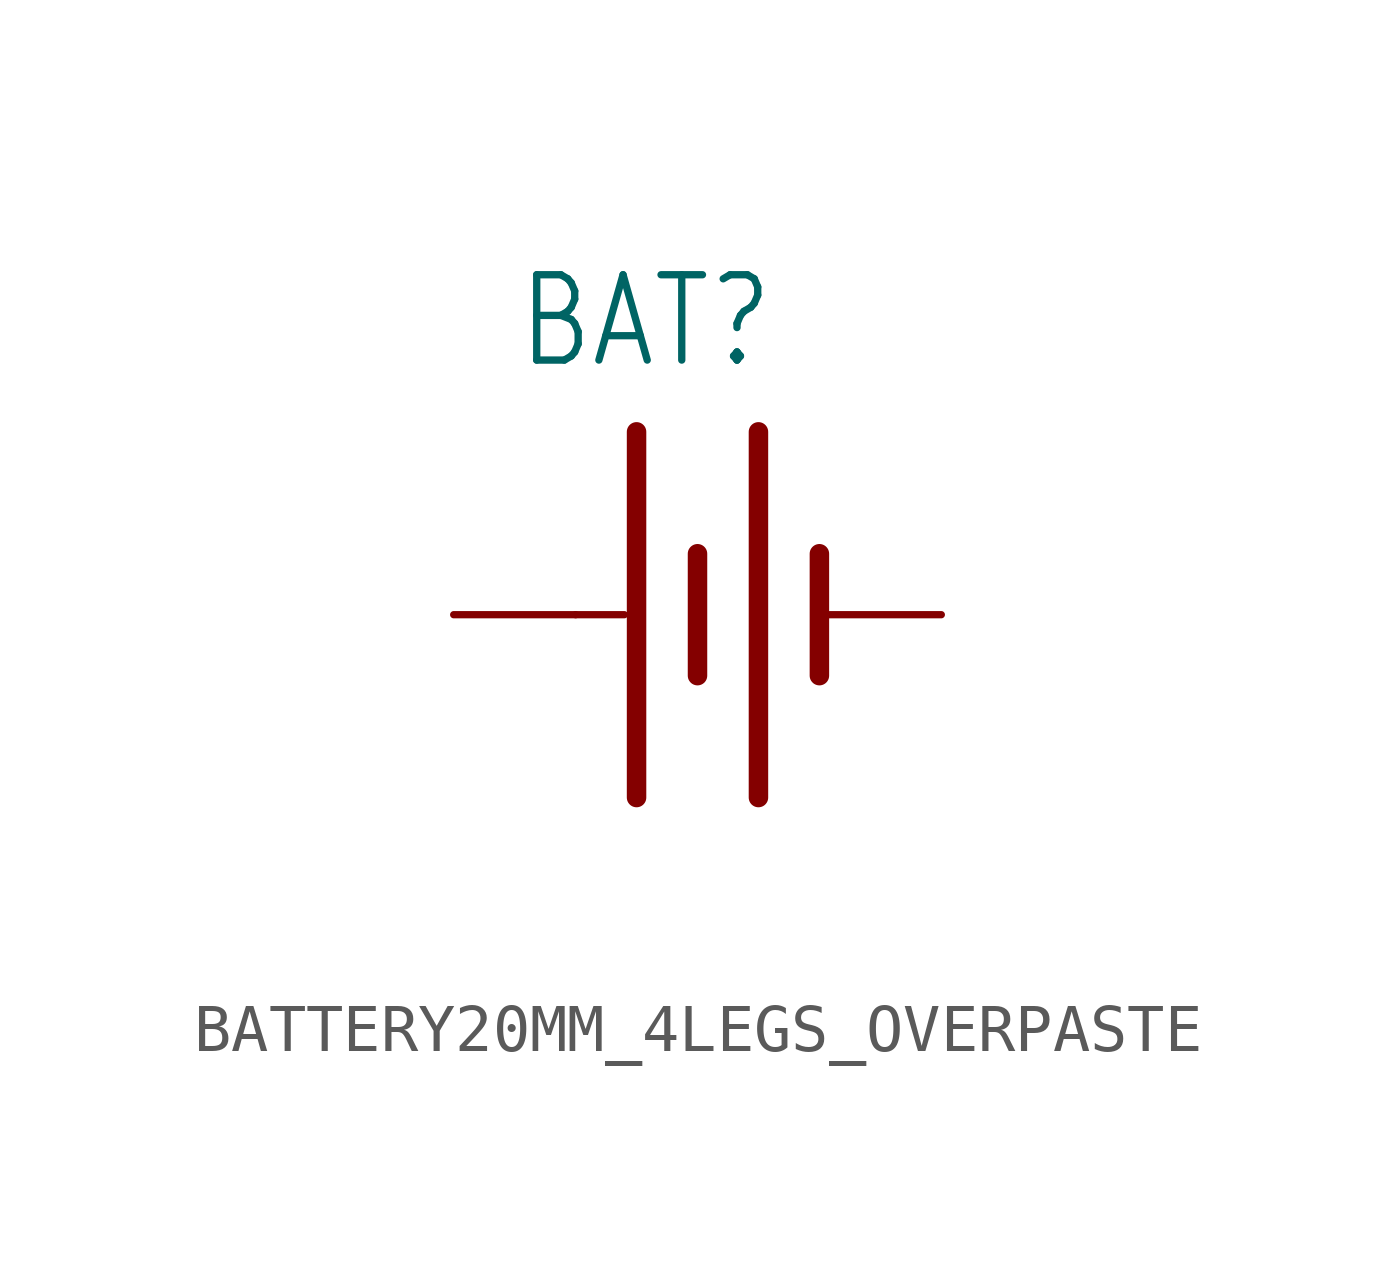
<source format=kicad_sym>
(kicad_symbol_lib
  (version 20220914)
  (generator kicad_symbol_editor)
  (symbol "BATTERY20MM_4LEGS_OVERPASTE"
    (property "Reference" "BAT"
      (at -3.81 5.08 0)
      (effects (font (size 1.778 1.511)) (justify left bottom)))
    (property "Value" ""
      (at -3.81 -6.35 0)
      (effects (font (size 1.778 1.511)) (justify left bottom)))
    (property "ki_locked" ""
      (at 0 0 0)
      (effects (font (size 1.27 1.27))))
    (symbol "BATTERY20MM_4LEGS_OVERPASTE_1_0"
      (polyline (pts (xy -2.54 0) (xy -1.524 0)) (stroke (width 0.152) (type solid)) (fill (type none)))
      (polyline (pts (xy -1.27 3.81) (xy -1.27 -3.81)) (stroke (width 0.406) (type solid)) (fill (type none)))
      (polyline (pts (xy 0 1.27) (xy 0 -1.27)) (stroke (width 0.406) (type solid)) (fill (type none)))
      (polyline (pts (xy 1.27 3.81) (xy 1.27 -3.81)) (stroke (width 0.406) (type solid)) (fill (type none)))
      (polyline (pts (xy 2.54 1.27) (xy 2.54 -1.27)) (stroke (width 0.406) (type solid)) (fill (type none)))
      (pin power_in line (at -5.08 0 0) (length 2.54) (name "+" (effects (font (size 0 0)))) (number "1" (effects (font (size 0 0)))))
      (pin power_in line (at 5.08 0 180) (length 2.54) (name "-" (effects (font (size 0 0)))) (number "2" (effects (font (size 0 0))))))))
</source>
